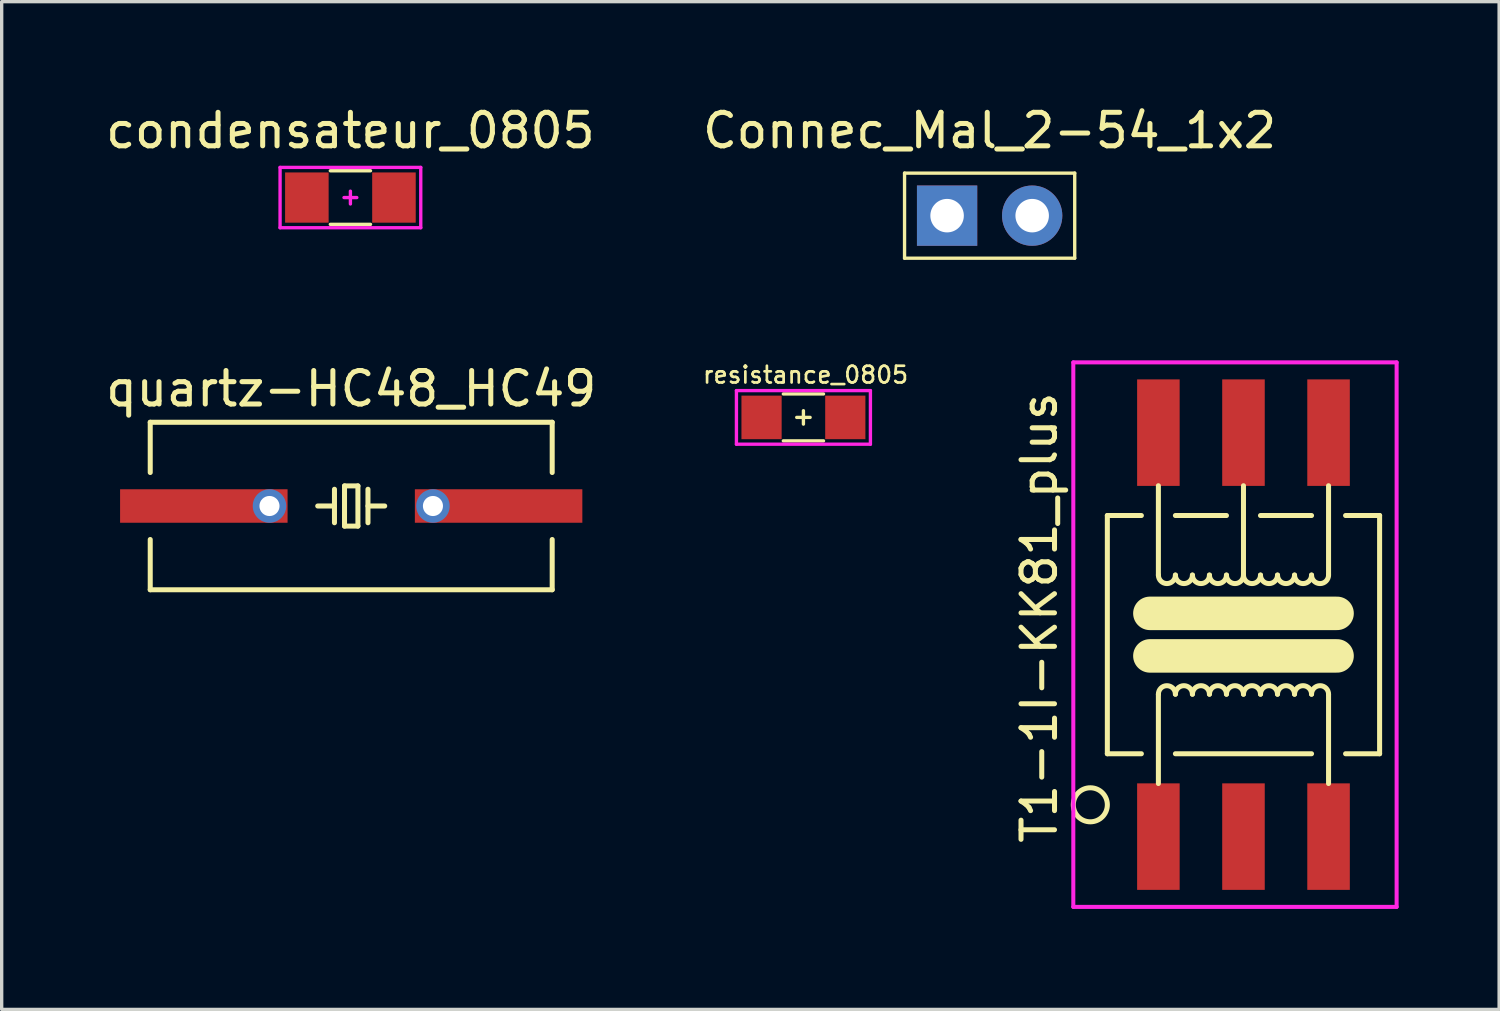
<source format=kicad_pcb>
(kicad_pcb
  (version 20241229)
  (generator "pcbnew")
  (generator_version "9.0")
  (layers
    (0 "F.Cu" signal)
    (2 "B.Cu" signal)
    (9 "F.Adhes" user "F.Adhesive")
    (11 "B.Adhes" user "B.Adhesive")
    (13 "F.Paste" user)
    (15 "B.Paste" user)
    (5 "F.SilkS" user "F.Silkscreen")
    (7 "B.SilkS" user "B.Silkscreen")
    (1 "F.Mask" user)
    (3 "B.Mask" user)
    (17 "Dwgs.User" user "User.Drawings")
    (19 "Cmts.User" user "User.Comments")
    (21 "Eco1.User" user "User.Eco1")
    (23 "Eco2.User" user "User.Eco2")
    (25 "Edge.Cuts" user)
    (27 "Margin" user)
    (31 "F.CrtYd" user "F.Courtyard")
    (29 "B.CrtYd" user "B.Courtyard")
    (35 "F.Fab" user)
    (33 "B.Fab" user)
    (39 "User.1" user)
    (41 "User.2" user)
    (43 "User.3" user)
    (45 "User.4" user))
  (footprint "condensateur_0805"
    (layer "F.Cu")
    (at 7.411 2.848)
    (property "Reference" "condensateur_0805" (at 0 -2 0) (layer "F.SilkS") (effects (font (size 1 1) (thickness 0.15))))
    (attr through_hole)
    (fp_line (start -0.6 -0.8) (end 0.6 -0.8) (stroke (width 0.1) (type solid)) (layer "F.SilkS"))
    (fp_line (start -0.6 0.8) (end 0.6 0.8) (stroke (width 0.1) (type solid)) (layer "F.SilkS"))
    (fp_line (start -2.1 -0.9) (end 2.1 -0.9) (stroke (width 0.1) (type solid)) (layer "F.CrtYd"))
    (fp_line (start -2.1 0.9) (end -2.1 -0.9) (stroke (width 0.1) (type solid)) (layer "F.CrtYd"))
    (fp_line (start -0.191 0) (end 0.191 0) (stroke (width 0.1) (type solid)) (layer "F.CrtYd"))
    (fp_line (start 0 -0.191) (end 0 0.191) (stroke (width 0.1) (type solid)) (layer "F.CrtYd"))
    (fp_line (start 2.1 -0.9) (end 2.1 0.9) (stroke (width 0.1) (type solid)) (layer "F.CrtYd"))
    (fp_line (start 2.1 0.9) (end -2.1 0.9) (stroke (width 0.1) (type solid)) (layer "F.CrtYd"))
    (pad "1" smd rect (at -1.3 0) (size 1.3 1.5) (layers "F.Cu" "F.Mask" "F.Paste"))
    (pad "2" smd rect (at 1.3 0) (size 1.3 1.5) (layers "F.Cu" "F.Mask" "F.Paste")))
  (footprint "T1-1I-KK81_plus"
    (layer "F.Cu")
    (at 34.072 15.896)
    (property "Reference" "T1-1I-KK81_plus" (at -6.096 -0.508 90) (layer "F.SilkS") (effects (font (size 1 1) (thickness 0.15))))
    (attr through_hole)
    (fp_line (start -4.064 -3.556) (end -3.048 -3.556) (stroke (width 0.15) (type solid)) (layer "F.SilkS"))
    (fp_line (start -4.064 3.556) (end -4.064 -3.556) (stroke (width 0.15) (type solid)) (layer "F.SilkS"))
    (fp_line (start -3.048 3.556) (end -4.064 3.556) (stroke (width 0.15) (type solid)) (layer "F.SilkS"))
    (fp_line (start -2.794 -0.635) (end 2.794 -0.635) (stroke (width 1) (type solid)) (layer "F.SilkS"))
    (fp_line (start -2.794 0.635) (end 2.794 0.635) (stroke (width 1) (type solid)) (layer "F.SilkS"))
    (fp_line (start -2.54 -4.445) (end -2.54 -1.778) (stroke (width 0.15) (type solid)) (layer "F.SilkS"))
    (fp_line (start -2.54 1.778) (end -2.54 4.445) (stroke (width 0.15) (type solid)) (layer "F.SilkS"))
    (fp_line (start -2.032 -3.556) (end -0.508 -3.556) (stroke (width 0.15) (type solid)) (layer "F.SilkS"))
    (fp_line (start 0 -4.445) (end 0 -1.778) (stroke (width 0.15) (type solid)) (layer "F.SilkS"))
    (fp_line (start 0.508 -3.556) (end 2.032 -3.556) (stroke (width 0.15) (type solid)) (layer "F.SilkS"))
    (fp_line (start 2.032 3.556) (end -2.032 3.556) (stroke (width 0.15) (type solid)) (layer "F.SilkS"))
    (fp_line (start 2.54 -4.445) (end 2.54 -1.778) (stroke (width 0.15) (type solid)) (layer "F.SilkS"))
    (fp_line (start 2.54 1.778) (end 2.54 4.445) (stroke (width 0.15) (type solid)) (layer "F.SilkS"))
    (fp_line (start 3.048 -3.556) (end 4.064 -3.556) (stroke (width 0.15) (type solid)) (layer "F.SilkS"))
    (fp_line (start 4.064 -3.556) (end 4.064 3.556) (stroke (width 0.15) (type solid)) (layer "F.SilkS"))
    (fp_line (start 4.064 3.556) (end 3.048 3.556) (stroke (width 0.15) (type solid)) (layer "F.SilkS"))
    (fp_arc (start -2.54 1.778) (mid -2.286 1.524) (end -2.032 1.778) (stroke (width 0.15) (type solid)) (layer "F.SilkS"))
    (fp_arc (start -2.032 -1.778) (mid -2.286 -1.524) (end -2.54 -1.778) (stroke (width 0.15) (type solid)) (layer "F.SilkS"))
    (fp_arc (start -2.032 1.778) (mid -1.778 1.524) (end -1.524 1.778) (stroke (width 0.15) (type solid)) (layer "F.SilkS"))
    (fp_arc (start -1.524 -1.778) (mid -1.778 -1.524) (end -2.032 -1.778) (stroke (width 0.15) (type solid)) (layer "F.SilkS"))
    (fp_arc (start -1.524 1.778) (mid -1.27 1.524) (end -1.016 1.778) (stroke (width 0.15) (type solid)) (layer "F.SilkS"))
    (fp_arc (start -1.016 -1.778) (mid -1.27 -1.524) (end -1.524 -1.778) (stroke (width 0.15) (type solid)) (layer "F.SilkS"))
    (fp_arc (start -1.016 1.778) (mid -0.762 1.524) (end -0.508 1.778) (stroke (width 0.15) (type solid)) (layer "F.SilkS"))
    (fp_arc (start -0.508 -1.778) (mid -0.762 -1.524) (end -1.016 -1.778) (stroke (width 0.15) (type solid)) (layer "F.SilkS"))
    (fp_arc (start -0.508 1.778) (mid -0.254 1.524) (end 0 1.778) (stroke (width 0.15) (type solid)) (layer "F.SilkS"))
    (fp_arc (start 0 -1.778) (mid -0.254 -1.524) (end -0.508 -1.778) (stroke (width 0.15) (type solid)) (layer "F.SilkS"))
    (fp_arc (start 0 1.778) (mid 0.254 1.524) (end 0.508 1.778) (stroke (width 0.15) (type solid)) (layer "F.SilkS"))
    (fp_arc (start 0.508 -1.778) (mid 0.254 -1.524) (end 0 -1.778) (stroke (width 0.15) (type solid)) (layer "F.SilkS"))
    (fp_arc (start 0.508 1.778) (mid 0.762 1.524) (end 1.016 1.778) (stroke (width 0.15) (type solid)) (layer "F.SilkS"))
    (fp_arc (start 1.016 -1.778) (mid 0.762 -1.524) (end 0.508 -1.778) (stroke (width 0.15) (type solid)) (layer "F.SilkS"))
    (fp_arc (start 1.016 1.778) (mid 1.27 1.524) (end 1.524 1.778) (stroke (width 0.15) (type solid)) (layer "F.SilkS"))
    (fp_arc (start 1.524 -1.778) (mid 1.27 -1.524) (end 1.016 -1.778) (stroke (width 0.15) (type solid)) (layer "F.SilkS"))
    (fp_arc (start 1.524 1.778) (mid 1.778 1.524) (end 2.032 1.778) (stroke (width 0.15) (type solid)) (layer "F.SilkS"))
    (fp_arc (start 2.032 -1.778) (mid 1.778 -1.524) (end 1.524 -1.778) (stroke (width 0.15) (type solid)) (layer "F.SilkS"))
    (fp_arc (start 2.032 1.778) (mid 2.286 1.524) (end 2.54 1.778) (stroke (width 0.15) (type solid)) (layer "F.SilkS"))
    (fp_arc (start 2.54 -1.778) (mid 2.286 -1.524) (end 2.032 -1.778) (stroke (width 0.15) (type solid)) (layer "F.SilkS"))
    (fp_circle (center -4.572 5.08) (end -4.572 5.588) (stroke (width 0.15) (type solid)) (fill no) (layer "F.SilkS"))
    (fp_line (start -5.08 -8.128) (end 4.572 -8.128) (stroke (width 0.12) (type solid)) (layer "F.CrtYd"))
    (fp_line (start -5.08 8.128) (end -5.08 -8.128) (stroke (width 0.12) (type solid)) (layer "F.CrtYd"))
    (fp_line (start 4.572 -8.128) (end 4.572 8.128) (stroke (width 0.12) (type solid)) (layer "F.CrtYd"))
    (fp_line (start 4.572 8.128) (end -5.08 8.128) (stroke (width 0.12) (type solid)) (layer "F.CrtYd"))
    (pad "1" smd rect (at -2.54 -6.03) (size 1.27 3.18) (layers "F.Cu" "F.Mask" "F.Paste"))
    (pad "2" smd rect (at 0 -6.03) (size 1.27 3.18) (layers "F.Cu" "F.Mask" "F.Paste"))
    (pad "3" smd rect (at 2.54 -6.03) (size 1.27 3.18) (layers "F.Cu" "F.Mask" "F.Paste"))
    (pad "4" smd rect (at 2.54 6.03) (size 1.27 3.18) (layers "F.Cu" "F.Mask" "F.Paste"))
    (pad "5" smd rect (at 0 6.03) (size 1.27 3.18) (layers "F.Cu" "F.Mask" "F.Paste"))
    (pad "6" smd rect (at -2.54 6.03) (size 1.27 3.18) (layers "F.Cu" "F.Mask" "F.Paste")))
  (footprint "quartz-HC48_HC49"
    (layer "F.Cu")
    (at 7.435 12.056)
    (property "Reference" "quartz-HC48_HC49" (at 0 -3.5 0) (layer "F.SilkS") (effects (font (size 1 1) (thickness 0.15))))
    (attr through_hole)
    (fp_line (start -6 -2.5) (end 6 -2.5) (stroke (width 0.15) (type solid)) (layer "F.SilkS"))
    (fp_line (start -6 -1) (end -6 -2.5) (stroke (width 0.15) (type solid)) (layer "F.SilkS"))
    (fp_line (start -6 2.5) (end -6 1) (stroke (width 0.15) (type solid)) (layer "F.SilkS"))
    (fp_line (start -1 0) (end -0.5 0) (stroke (width 0.15) (type solid)) (layer "F.SilkS"))
    (fp_line (start -0.5 -0.5) (end -0.5 0.5) (stroke (width 0.15) (type solid)) (layer "F.SilkS"))
    (fp_line (start -0.2 -0.6) (end 0.2 -0.6) (stroke (width 0.15) (type solid)) (layer "F.SilkS"))
    (fp_line (start -0.2 0.6) (end -0.2 -0.6) (stroke (width 0.15) (type solid)) (layer "F.SilkS"))
    (fp_line (start 0.2 -0.6) (end 0.2 0.6) (stroke (width 0.15) (type solid)) (layer "F.SilkS"))
    (fp_line (start 0.2 0.6) (end -0.2 0.6) (stroke (width 0.15) (type solid)) (layer "F.SilkS"))
    (fp_line (start 0.5 -0.5) (end 0.5 0.5) (stroke (width 0.15) (type solid)) (layer "F.SilkS"))
    (fp_line (start 1 0) (end 0.5 0) (stroke (width 0.15) (type solid)) (layer "F.SilkS"))
    (fp_line (start 6 -2.5) (end 6 -1) (stroke (width 0.15) (type solid)) (layer "F.SilkS"))
    (fp_line (start 6 1) (end 6 2.5) (stroke (width 0.15) (type solid)) (layer "F.SilkS"))
    (fp_line (start 6 2.5) (end -6 2.5) (stroke (width 0.15) (type solid)) (layer "F.SilkS"))
    (pad "1" thru_hole circle (at 2.44 0) (size 1 1) (drill 0.6) (layers "*.Cu" "*.Mask"))
    (pad "1" smd rect (at 4.4 0) (size 5 1) (layers "F.Cu" "F.Mask" "F.Paste"))
    (pad "2" smd rect (at -4.4 0) (size 5 1) (layers "F.Cu" "F.Mask" "F.Paste"))
    (pad "2" thru_hole circle (at -2.44 0) (size 1 1) (drill 0.6) (layers "*.Cu" "*.Mask")))
  (footprint "Connec_Mal_2-54_1x2"
    (layer "F.Cu")
    (at 25.224 3.388)
    (property "Reference" "Connec_Mal_2-54_1x2" (at 1.27 -2.54 0) (layer "F.SilkS") (effects (font (size 1 1) (thickness 0.15))))
    (attr through_hole)
    (fp_line (start -1.27 -1.27) (end 3.81 -1.27) (stroke (width 0.1) (type solid)) (layer "F.SilkS"))
    (fp_line (start -1.27 1.27) (end -1.27 -1.27) (stroke (width 0.1) (type solid)) (layer "F.SilkS"))
    (fp_line (start 3.81 -1.27) (end 3.81 1.27) (stroke (width 0.1) (type solid)) (layer "F.SilkS"))
    (fp_line (start 3.81 1.27) (end -1.27 1.27) (stroke (width 0.1) (type solid)) (layer "F.SilkS"))
    (pad "1" thru_hole rect (at 0 0) (size 1.8 1.8) (drill 1) (layers "*.Cu" "*.Mask"))
    (pad "2" thru_hole circle (at 2.54 0) (size 1.8 1.8) (drill 1) (layers "*.Cu" "*.Mask")))
  (footprint "resistance_0805"
    (layer "F.Cu")
    (at 20.935 9.411)
    (property "Reference" "resistance_0805" (at 0.064 -1.27 0) (layer "F.SilkS") (effects (font (size 0.5 0.5) (thickness 0.08))))
    (attr through_hole)
    (fp_line (start -0.6 -0.7) (end 0.6 -0.7) (stroke (width 0.1) (type solid)) (layer "F.SilkS"))
    (fp_line (start -0.6 0.7) (end 0.6 0.7) (stroke (width 0.1) (type solid)) (layer "F.SilkS"))
    (fp_line (start -0.2 0) (end 0.2 0) (stroke (width 0.1) (type solid)) (layer "F.SilkS"))
    (fp_line (start 0 -0.2) (end 0 0.2) (stroke (width 0.1) (type solid)) (layer "F.SilkS"))
    (fp_line (start -2 -0.8) (end 2 -0.8) (stroke (width 0.1) (type solid)) (layer "F.CrtYd"))
    (fp_line (start -2 0.8) (end -2 -0.8) (stroke (width 0.1) (type solid)) (layer "F.CrtYd"))
    (fp_line (start 2 -0.8) (end 2 0.8) (stroke (width 0.1) (type solid)) (layer "F.CrtYd"))
    (fp_line (start 2 0.8) (end -2 0.8) (stroke (width 0.1) (type solid)) (layer "F.CrtYd"))
    (pad "1" smd rect (at -1.25 0) (size 1.2 1.3) (layers "F.Cu" "F.Mask" "F.Paste"))
    (pad "2" smd rect (at 1.25 0) (size 1.2 1.3) (layers "F.Cu" "F.Mask" "F.Paste")))
  (gr_rect
    (start -3 -3)
    (end 41.704 27.084)
    (stroke (width 0.1) (type default))
    (fill no)
    (layer "Edge.Cuts")))
</source>
